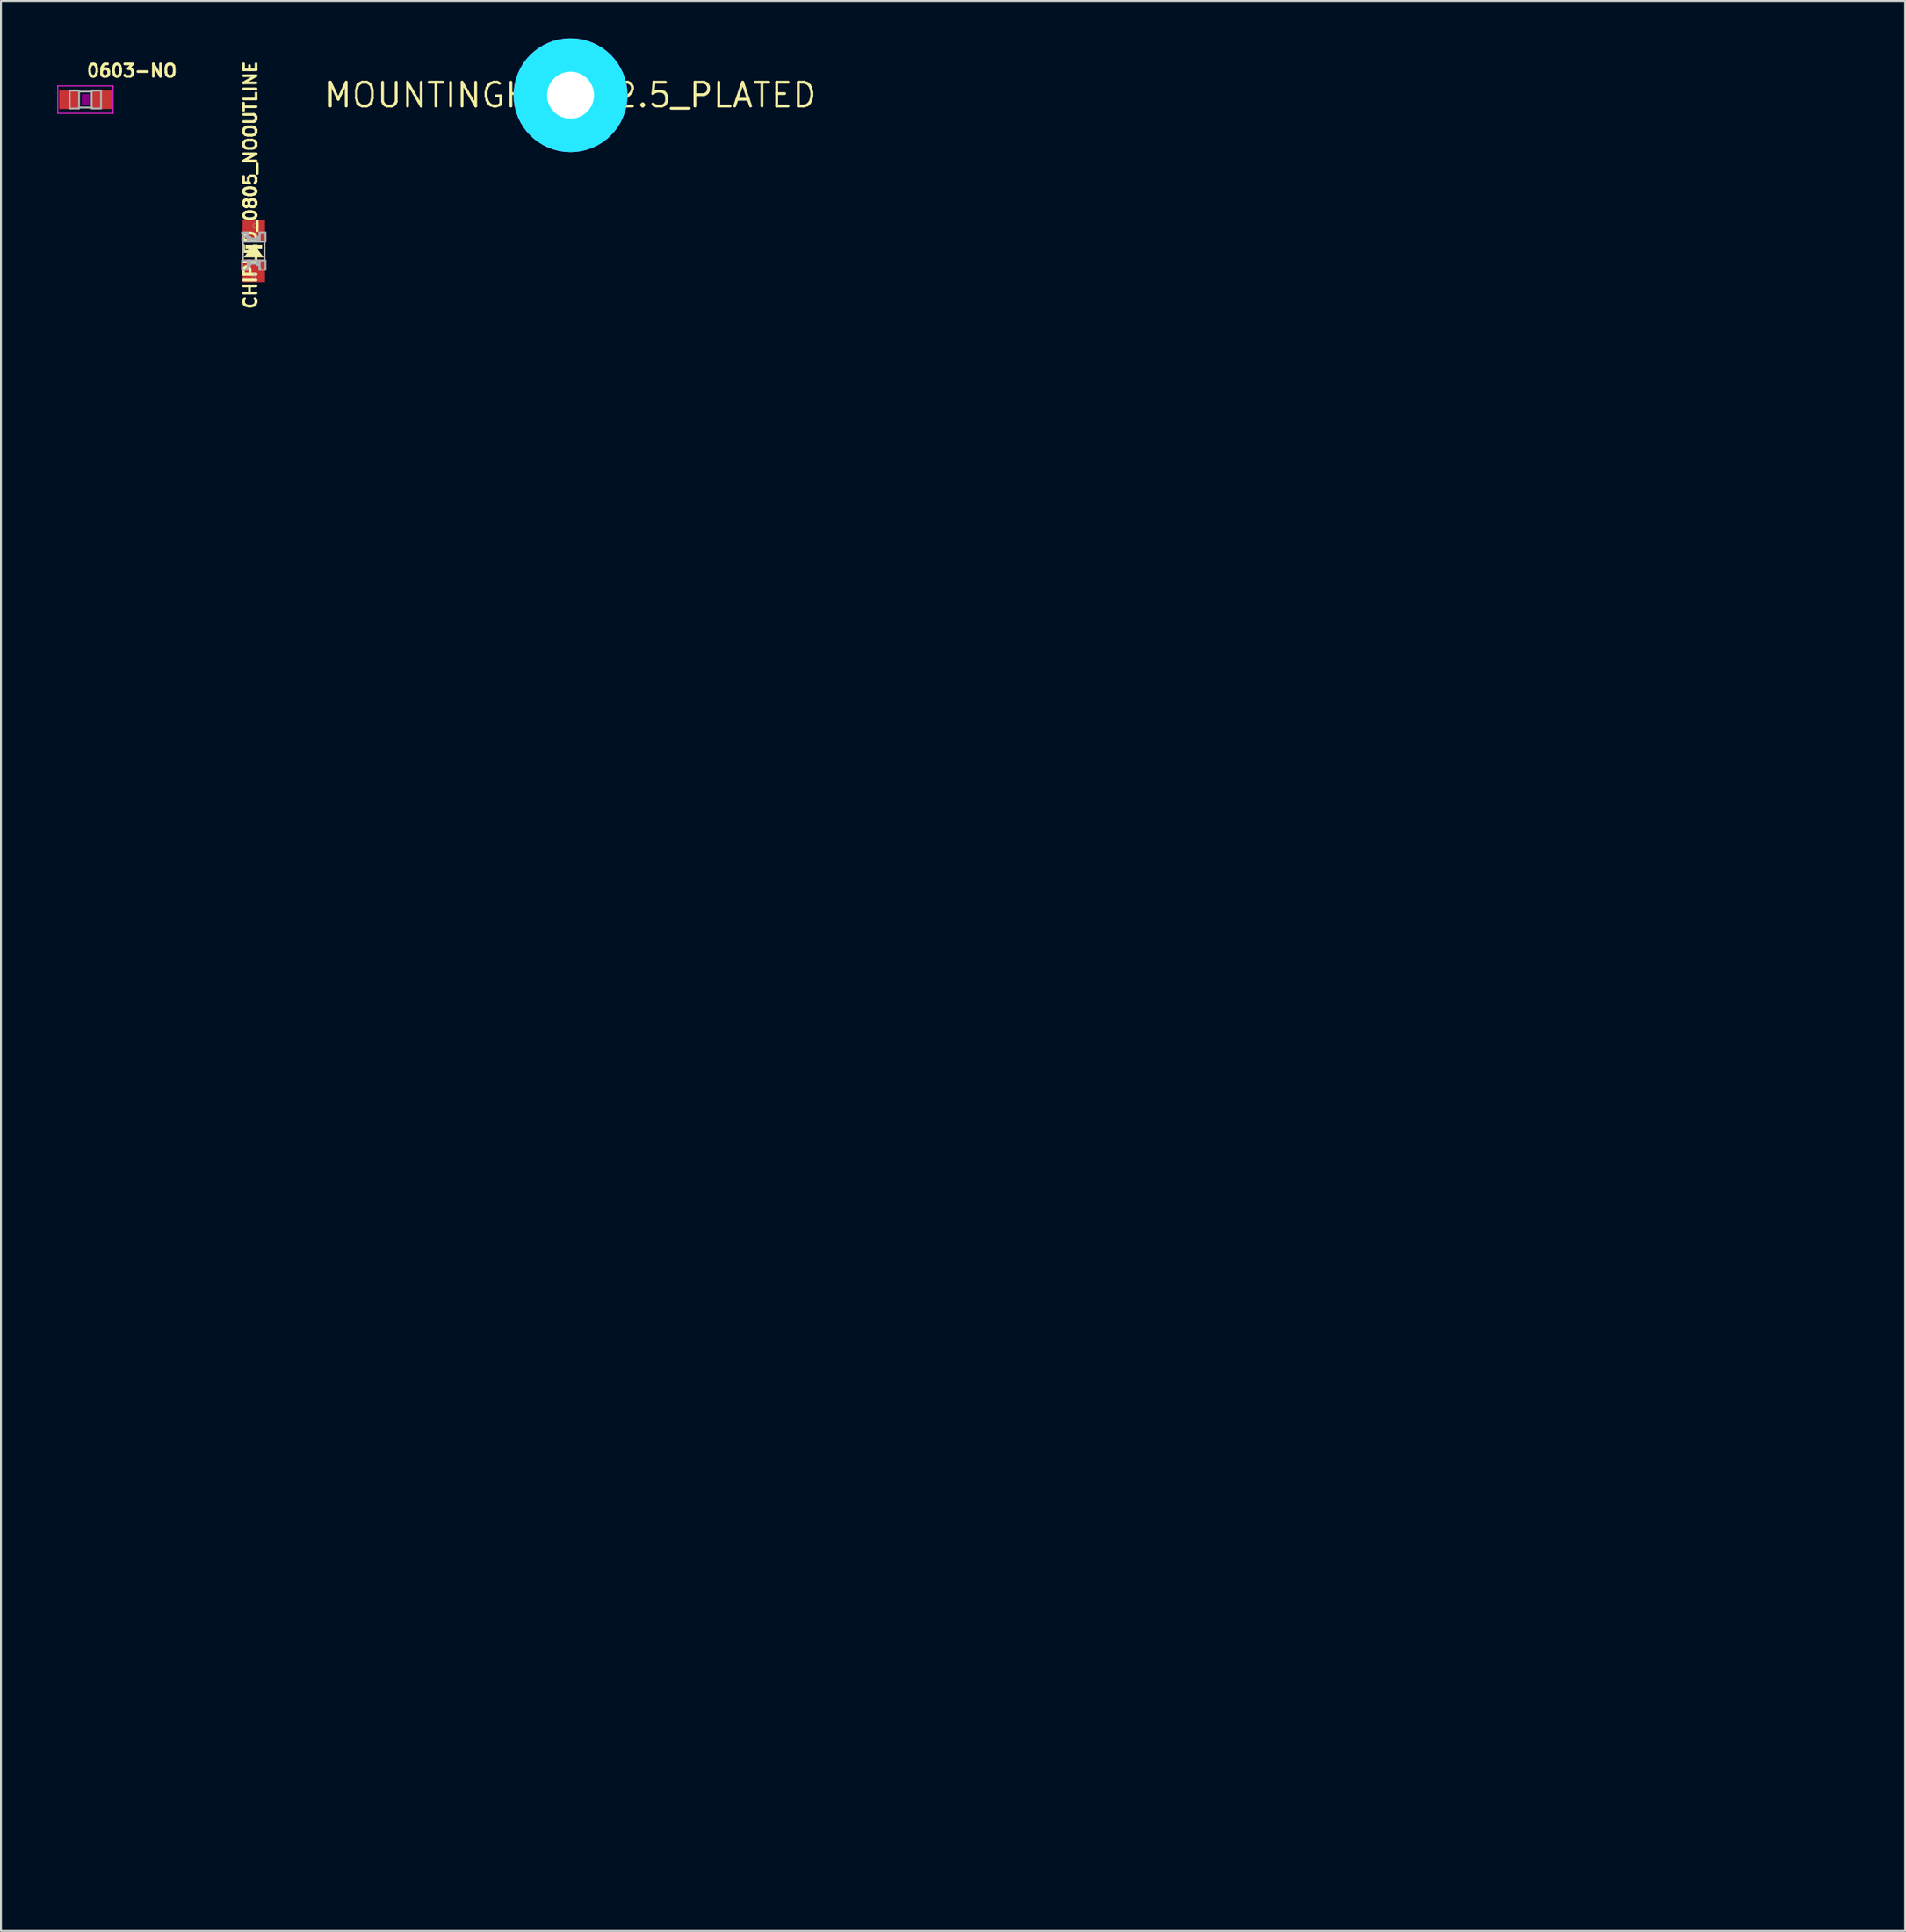
<source format=kicad_pcb>
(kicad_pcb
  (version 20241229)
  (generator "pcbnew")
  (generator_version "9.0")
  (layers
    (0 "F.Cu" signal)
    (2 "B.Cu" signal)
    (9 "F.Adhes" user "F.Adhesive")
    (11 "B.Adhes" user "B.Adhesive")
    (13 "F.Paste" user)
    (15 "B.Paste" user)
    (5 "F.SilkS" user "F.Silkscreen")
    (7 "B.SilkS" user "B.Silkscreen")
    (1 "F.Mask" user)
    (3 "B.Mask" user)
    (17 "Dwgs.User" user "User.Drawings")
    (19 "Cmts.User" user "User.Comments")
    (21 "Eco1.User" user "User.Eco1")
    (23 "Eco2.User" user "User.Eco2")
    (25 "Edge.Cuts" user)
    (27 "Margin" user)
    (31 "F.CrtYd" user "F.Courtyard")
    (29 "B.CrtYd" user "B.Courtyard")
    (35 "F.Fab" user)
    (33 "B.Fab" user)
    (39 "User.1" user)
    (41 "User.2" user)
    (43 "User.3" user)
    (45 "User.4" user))
  (footprint "0603-NO"
    (layer "F.Cu")
    (at 1.498 2.255)
    (property "Reference" "0603-NO" (at 0 -1.15 0) (layer "F.SilkS") (effects (font (size 0.666 0.666) (thickness 0.146)) (justify left bottom)))
    (fp_poly (pts (xy -0.2 0.3) (xy 0.2 0.3) (xy 0.2 -0.3) (xy -0.2 -0.3)) (stroke (width 0) (type solid)) (fill yes) (layer "F.Adhes"))
    (fp_line (start -1.473 -0.729) (end 1.473 -0.729) (stroke (width 0.051) (type solid)) (layer "F.CrtYd"))
    (fp_line (start -1.473 0.729) (end -1.473 -0.729) (stroke (width 0.051) (type solid)) (layer "F.CrtYd"))
    (fp_line (start 1.473 -0.729) (end 1.473 0.729) (stroke (width 0.051) (type solid)) (layer "F.CrtYd"))
    (fp_line (start 1.473 0.729) (end -1.473 0.729) (stroke (width 0.051) (type solid)) (layer "F.CrtYd"))
    (fp_line (start -0.356 -0.432) (end 0.356 -0.432) (stroke (width 0.102) (type solid)) (layer "F.Fab"))
    (fp_line (start -0.356 0.419) (end 0.356 0.419) (stroke (width 0.102) (type solid)) (layer "F.Fab"))
    (fp_poly (pts (xy -0.838 0.47) (xy -0.338 0.47) (xy -0.338 -0.48) (xy -0.838 -0.48)) (stroke (width 0.1) (type solid)) (fill no) (layer "F.Fab"))
    (fp_poly (pts (xy 0.33 0.47) (xy 0.83 0.47) (xy 0.83 -0.48) (xy 0.33 -0.48)) (stroke (width 0.1) (type solid)) (fill no) (layer "F.Fab"))
    (pad "1" smd rect (at -0.85 0) (size 1.1 1) (layers "F.Cu" "F.Mask" "F.Paste"))
    (pad "2" smd rect (at 0.85 0) (size 1.1 1) (layers "F.Cu" "F.Mask" "F.Paste")))
  (footprint "MOUNTINGHOLE_2.5_PLATED"
    (layer "F.Cu")
    (at 27.324 2.016)
    (property "Reference" "MOUNTINGHOLE_2.5_PLATED" (at 0 0 0) (layer "F.SilkS") (effects (font (size 1.27 1.27) (thickness 0.15))))
    (fp_circle (center 0 0) (end 1 0) (stroke (width 2.032) (type solid)) (fill no) (layer "B.CrtYd"))
    (fp_circle (center 0 0) (end 1 0) (stroke (width 2.032) (type solid)) (fill no) (layer "F.CrtYd"))
    (pad "P$1" thru_hole circle (at 0 0) (size 3.2 3.2) (drill 2.5) (layers "*.Cu" "*.Mask"))
    (zone (net_name "") (layer "F.Cu") (hatch edge 0.508) (connect_pads) (min_thickness 0.254) (filled_areas_thickness no) (keepout (tracks not_allowed) (vias not_allowed) (pads allowed) (copperpour not_allowed) (footprints allowed)) (placement (enabled no)) (fill) (polygon (pts (xy 95.38 94.726) (xy 95.35 94.376) (xy 95.259 94.036) (xy 95.11 93.718) (xy 94.909 93.43) (xy 94.66 93.182) (xy 94.372 92.98) (xy 94.054 92.832) (xy 93.714 92.741) (xy 93.364 92.71) (xy 93.014 92.741) (xy 92.675 92.832) (xy 92.356 92.98) (xy 92.068 93.182) (xy 91.82 93.43) (xy 91.618 93.718) (xy 91.47 94.036) (xy 91.379 94.376) (xy 91.348 94.726) (xy 91.379 95.076) (xy 91.47 95.416) (xy 91.618 95.734) (xy 91.82 96.022) (xy 92.068 96.27) (xy 92.356 96.472) (xy 92.675 96.62) (xy 93.014 96.711) (xy 93.364 96.742) (xy 93.714 96.711) (xy 94.054 96.62) (xy 94.372 96.472) (xy 94.66 96.27) (xy 94.909 96.022) (xy 95.11 95.734) (xy 95.259 95.416) (xy 95.35 95.076))) (polygon (pts (xy 93.348 94.726) (xy 93.348 94.729) (xy 93.349 94.731) (xy 93.35 94.734) (xy 93.352 94.736) (xy 93.354 94.738) (xy 93.356 94.74) (xy 93.359 94.741) (xy 93.361 94.742) (xy 93.364 94.742) (xy 93.367 94.742) (xy 93.37 94.741) (xy 93.372 94.74) (xy 93.374 94.738) (xy 93.376 94.736) (xy 93.378 94.734) (xy 93.379 94.731) (xy 93.38 94.729) (xy 93.38 94.726) (xy 93.38 94.723) (xy 93.379 94.721) (xy 93.378 94.718) (xy 93.376 94.716) (xy 93.374 94.714) (xy 93.372 94.712) (xy 93.37 94.711) (xy 93.367 94.71) (xy 93.364 94.71) (xy 93.361 94.71) (xy 93.359 94.711) (xy 93.356 94.712) (xy 93.354 94.714) (xy 93.352 94.716) (xy 93.35 94.718) (xy 93.349 94.721) (xy 93.348 94.723))))
    (zone (net_name "") (layer "B.Cu") (hatch edge 0.508) (connect_pads) (min_thickness 0.254) (filled_areas_thickness no) (keepout (tracks not_allowed) (vias not_allowed) (pads allowed) (copperpour not_allowed) (footprints allowed)) (placement (enabled no)) (fill) (polygon (pts (xy 95.38 94.726) (xy 95.35 94.376) (xy 95.259 94.036) (xy 95.11 93.718) (xy 94.909 93.43) (xy 94.66 93.182) (xy 94.372 92.98) (xy 94.054 92.832) (xy 93.714 92.741) (xy 93.364 92.71) (xy 93.014 92.741) (xy 92.675 92.832) (xy 92.356 92.98) (xy 92.068 93.182) (xy 91.82 93.43) (xy 91.618 93.718) (xy 91.47 94.036) (xy 91.379 94.376) (xy 91.348 94.726) (xy 91.379 95.076) (xy 91.47 95.416) (xy 91.618 95.734) (xy 91.82 96.022) (xy 92.068 96.27) (xy 92.356 96.472) (xy 92.675 96.62) (xy 93.014 96.711) (xy 93.364 96.742) (xy 93.714 96.711) (xy 94.054 96.62) (xy 94.372 96.472) (xy 94.66 96.27) (xy 94.909 96.022) (xy 95.11 95.734) (xy 95.259 95.416) (xy 95.35 95.076))) (polygon (pts (xy 93.348 94.726) (xy 93.348 94.729) (xy 93.349 94.731) (xy 93.35 94.734) (xy 93.352 94.736) (xy 93.354 94.738) (xy 93.356 94.74) (xy 93.359 94.741) (xy 93.361 94.742) (xy 93.364 94.742) (xy 93.367 94.742) (xy 93.37 94.741) (xy 93.372 94.74) (xy 93.374 94.738) (xy 93.376 94.736) (xy 93.378 94.734) (xy 93.379 94.731) (xy 93.38 94.729) (xy 93.38 94.726) (xy 93.38 94.723) (xy 93.379 94.721) (xy 93.378 94.718) (xy 93.376 94.716) (xy 93.374 94.714) (xy 93.372 94.712) (xy 93.37 94.711) (xy 93.367 94.71) (xy 93.364 94.71) (xy 93.361 94.71) (xy 93.359 94.711) (xy 93.356 94.712) (xy 93.354 94.714) (xy 93.352 94.716) (xy 93.35 94.718) (xy 93.349 94.721) (xy 93.348 94.723)))))
  (footprint "CHIPLED_0805_NOOUTLINE"
    (layer "F.Cu")
    (at 10.458 10.321)
    (property "Reference" "CHIPLED_0805_NOOUTLINE" (at 0.212 3.156 90) (layer "F.SilkS") (effects (font (size 0.666 0.666) (thickness 0.146)) (justify left bottom)))
    (fp_poly (pts (xy 0.533 0.33) (xy -0.533 0.33) (xy 0 -0.381)) (stroke (width 0) (type solid)) (fill yes) (layer "F.SilkS"))
    (fp_poly (pts (xy -0.445 -0.141) (xy 0.445 -0.141) (xy 0.445 -0.331) (xy -0.445 -0.331)) (stroke (width 0) (type solid)) (fill yes) (layer "F.SilkS"))
    (fp_line (start -0.575 0.5) (end -0.575 -0.925) (stroke (width 0.102) (type solid)) (layer "F.Fab"))
    (fp_line (start 0.575 -0.525) (end 0.575 0.525) (stroke (width 0.102) (type solid)) (layer "F.Fab"))
    (fp_arc (start -0.35 0.925) (mid -0.000001 0.625027) (end 0.35 0.924998) (stroke (width 0.1016) (type solid)) (layer "F.Fab"))
    (fp_arc (start 0.35 -0.924998) (mid -0.000001 -0.625027) (end -0.35 -0.925) (stroke (width 0.1016) (type solid)) (layer "F.Fab"))
    (fp_circle (center -0.45 -0.85) (end -0.347 -0.85) (stroke (width 0.076) (type solid)) (fill no) (layer "F.Fab"))
    (fp_poly (pts (xy -0.625 -0.925) (xy -0.3 -0.925) (xy -0.3 -1) (xy -0.625 -1)) (stroke (width 0.1) (type solid)) (fill no) (layer "F.Fab"))
    (fp_poly (pts (xy -0.625 1) (xy -0.3 1) (xy -0.3 0.5) (xy -0.625 0.5)) (stroke (width 0.1) (type solid)) (fill no) (layer "F.Fab"))
    (fp_poly (pts (xy -0.6 -0.5) (xy -0.3 -0.5) (xy -0.3 -0.762) (xy -0.6 -0.762)) (stroke (width 0.1) (type solid)) (fill no) (layer "F.Fab"))
    (fp_poly (pts (xy -0.325 -0.5) (xy -0.175 -0.5) (xy -0.175 -0.75) (xy -0.325 -0.75)) (stroke (width 0.1) (type solid)) (fill no) (layer "F.Fab"))
    (fp_poly (pts (xy -0.325 0.75) (xy -0.175 0.75) (xy -0.175 0.5) (xy -0.325 0.5)) (stroke (width 0.1) (type solid)) (fill no) (layer "F.Fab"))
    (fp_poly (pts (xy -0.2 -0.5) (xy 0.2 -0.5) (xy 0.2 -0.675) (xy -0.2 -0.675)) (stroke (width 0.1) (type solid)) (fill no) (layer "F.Fab"))
    (fp_poly (pts (xy -0.2 0.675) (xy 0.2 0.675) (xy 0.2 0.5) (xy -0.2 0.5)) (stroke (width 0.1) (type solid)) (fill no) (layer "F.Fab"))
    (fp_poly (pts (xy 0.175 -0.5) (xy 0.325 -0.5) (xy 0.325 -0.75) (xy 0.175 -0.75)) (stroke (width 0.1) (type solid)) (fill no) (layer "F.Fab"))
    (fp_poly (pts (xy 0.175 0.75) (xy 0.325 0.75) (xy 0.325 0.5) (xy 0.175 0.5)) (stroke (width 0.1) (type solid)) (fill no) (layer "F.Fab"))
    (fp_poly (pts (xy 0.3 -0.5) (xy 0.625 -0.5) (xy 0.625 -1) (xy 0.3 -1)) (stroke (width 0.1) (type solid)) (fill no) (layer "F.Fab"))
    (fp_poly (pts (xy 0.3 1) (xy 0.625 1) (xy 0.625 0.5) (xy 0.3 0.5)) (stroke (width 0.1) (type solid)) (fill no) (layer "F.Fab"))
    (fp_text user "C" (at -0.1 -1.2 0) (layer "F.Fab") (effects (font (size 0.234 0.234) (thickness 0.02)) (justify left bottom)))
    (fp_text user "A" (at -0.1 1.4 0) (layer "F.Fab") (effects (font (size 0.234 0.234) (thickness 0.02)) (justify left bottom)))
    (pad "A" smd rect (at 0 1.05) (size 1.2 1.2) (layers "F.Cu" "F.Mask" "F.Paste"))
    (pad "C" smd rect (at 0 -1.05) (size 1.2 1.2) (layers "F.Cu" "F.Mask" "F.Paste")))
  (gr_rect
    (start -3 -3)
    (end 98.38 99.742)
    (stroke (width 0.1) (type default))
    (fill no)
    (layer "Edge.Cuts")))
</source>
